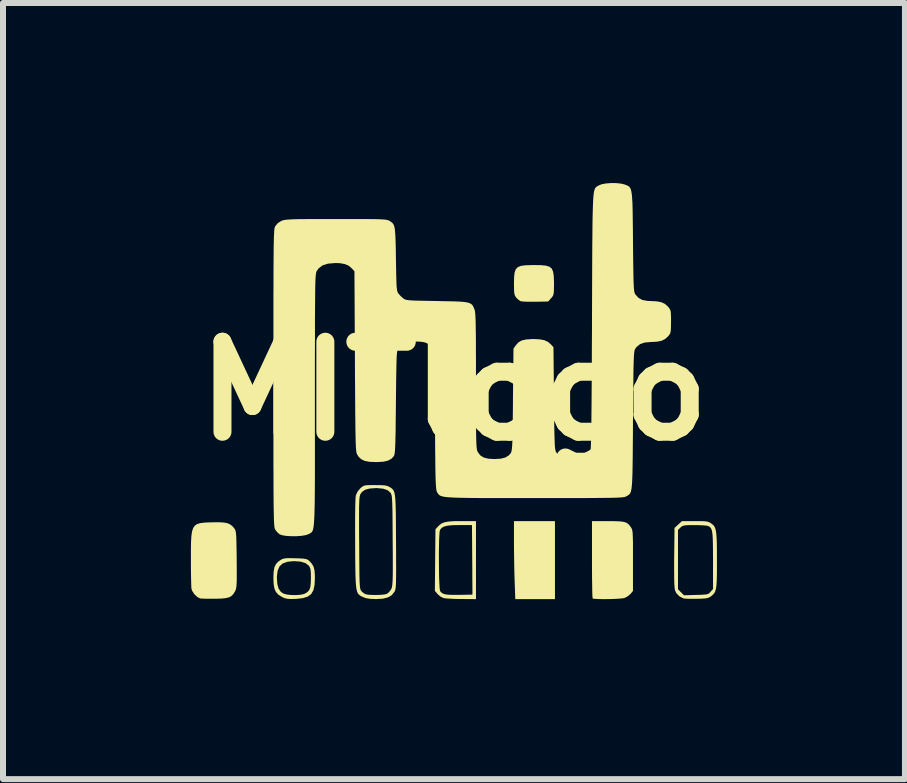
<source format=kicad_pcb>
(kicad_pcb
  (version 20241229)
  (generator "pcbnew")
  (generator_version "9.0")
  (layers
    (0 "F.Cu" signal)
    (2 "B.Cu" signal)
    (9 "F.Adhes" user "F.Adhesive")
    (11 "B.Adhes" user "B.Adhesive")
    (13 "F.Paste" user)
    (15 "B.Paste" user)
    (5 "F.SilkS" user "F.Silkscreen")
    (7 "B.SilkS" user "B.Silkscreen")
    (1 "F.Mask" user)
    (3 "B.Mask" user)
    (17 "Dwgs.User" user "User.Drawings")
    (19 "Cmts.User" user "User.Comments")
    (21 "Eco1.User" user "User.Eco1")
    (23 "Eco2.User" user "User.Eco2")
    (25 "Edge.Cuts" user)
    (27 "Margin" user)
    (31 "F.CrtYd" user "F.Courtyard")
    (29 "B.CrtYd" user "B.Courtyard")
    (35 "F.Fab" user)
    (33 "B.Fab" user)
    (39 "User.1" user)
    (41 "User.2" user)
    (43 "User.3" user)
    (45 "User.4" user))
  (footprint "MITlogo"
    (layer "F.Cu")
    (at 4.514 3.466)
    (property "Reference" "MITlogo" (at 0 0 0) (layer "F.SilkS") (effects (font (size 1.5 1.5) (thickness 0.3))))
    (attr board_only exclude_from_pos_files exclude_from_bom)
    (fp_poly (pts (xy 1.683 2.817) (xy 1.683 3.467) (xy 1.353 3.467) (xy 1.022 3.467) (xy 1.011 3.154) (xy 1.007 3.029) (xy 1.004 2.884) (xy 1.002 2.733) (xy 1 2.589) (xy 1 2.504) (xy 1 2.167) (xy 1.342 2.167) (xy 1.683 2.167)) (stroke (width 0) (type solid)) (fill yes) (layer "F.SilkS"))
    (fp_poly (pts (xy 1.447 -2.098) (xy 1.531 -2.09) (xy 1.59 -2.072) (xy 1.63 -2.04) (xy 1.652 -1.99) (xy 1.663 -1.918) (xy 1.667 -1.819) (xy 1.667 -1.785) (xy 1.666 -1.704) (xy 1.664 -1.649) (xy 1.659 -1.612) (xy 1.648 -1.585) (xy 1.632 -1.562) (xy 1.618 -1.546) (xy 1.569 -1.492) (xy 1.356 -1.488) (xy 1.271 -1.488) (xy 1.197 -1.489) (xy 1.14 -1.493) (xy 1.108 -1.498) (xy 1.106 -1.499) (xy 1.072 -1.523) (xy 1.036 -1.558) (xy 1.036 -1.559) (xy 1.02 -1.583) (xy 1.009 -1.611) (xy 1.003 -1.651) (xy 1.001 -1.71) (xy 1 -1.787) (xy 1.002 -1.893) (xy 1.01 -1.972) (xy 1.029 -2.028) (xy 1.063 -2.064) (xy 1.116 -2.086) (xy 1.193 -2.096) (xy 1.298 -2.099) (xy 1.333 -2.099)) (stroke (width 0) (type solid)) (fill yes) (layer "F.SilkS"))
    (fp_poly (pts (xy 2.562 2.167) (xy 2.674 2.168) (xy 2.758 2.171) (xy 2.82 2.178) (xy 2.865 2.19) (xy 2.897 2.209) (xy 2.924 2.236) (xy 2.945 2.265) (xy 2.956 2.282) (xy 2.965 2.299) (xy 2.971 2.321) (xy 2.976 2.352) (xy 2.979 2.394) (xy 2.981 2.453) (xy 2.983 2.532) (xy 2.983 2.636) (xy 2.983 2.767) (xy 2.983 2.826) (xy 2.983 3.331) (xy 2.941 3.382) (xy 2.895 3.42) (xy 2.842 3.448) (xy 2.836 3.449) (xy 2.8 3.455) (xy 2.741 3.46) (xy 2.667 3.464) (xy 2.585 3.466) (xy 2.503 3.467) (xy 2.427 3.466) (xy 2.365 3.463) (xy 2.324 3.46) (xy 2.311 3.456) (xy 2.309 3.437) (xy 2.306 3.389) (xy 2.304 3.314) (xy 2.303 3.218) (xy 2.301 3.103) (xy 2.3 2.973) (xy 2.3 2.832) (xy 2.3 2.806) (xy 2.3 2.167)) (stroke (width 0) (type solid)) (fill yes) (layer "F.SilkS"))
    (fp_poly (pts (xy -3.832 2.191) (xy -3.771 2.203) (xy -3.724 2.225) (xy -3.686 2.257) (xy -3.66 2.289) (xy -3.649 2.304) (xy -3.641 2.322) (xy -3.635 2.347) (xy -3.631 2.382) (xy -3.627 2.432) (xy -3.625 2.501) (xy -3.623 2.592) (xy -3.621 2.71) (xy -3.62 2.805) (xy -3.619 2.945) (xy -3.619 3.055) (xy -3.619 3.14) (xy -3.621 3.203) (xy -3.624 3.25) (xy -3.629 3.284) (xy -3.635 3.309) (xy -3.644 3.329) (xy -3.645 3.332) (xy -3.674 3.38) (xy -3.706 3.414) (xy -3.747 3.437) (xy -3.803 3.451) (xy -3.881 3.458) (xy -3.98 3.461) (xy -4.064 3.461) (xy -4.139 3.46) (xy -4.196 3.458) (xy -4.228 3.456) (xy -4.229 3.456) (xy -4.276 3.432) (xy -4.323 3.388) (xy -4.359 3.335) (xy -4.373 3.299) (xy -4.376 3.268) (xy -4.378 3.209) (xy -4.38 3.127) (xy -4.382 3.027) (xy -4.383 2.913) (xy -4.383 2.805) (xy -4.383 2.646) (xy -4.381 2.518) (xy -4.375 2.416) (xy -4.364 2.339) (xy -4.345 2.281) (xy -4.316 2.241) (xy -4.277 2.215) (xy -4.224 2.2) (xy -4.157 2.192) (xy -4.073 2.188) (xy -4.025 2.187) (xy -3.915 2.186)) (stroke (width 0) (type solid)) (fill yes) (layer "F.SilkS"))
    (fp_poly (pts (xy 0.367 2.817) (xy 0.367 3.467) (xy 0.121 3.465) (xy 0.029 3.464) (xy -0.055 3.46) (xy -0.123 3.456) (xy -0.169 3.45) (xy -0.178 3.448) (xy -0.224 3.425) (xy -0.268 3.388) (xy -0.274 3.381) (xy -0.318 3.329) (xy -0.313 2.816) (xy -0.313 2.788) (xy -0.251 2.788) (xy -0.25 2.903) (xy -0.249 3.014) (xy -0.247 3.117) (xy -0.243 3.206) (xy -0.239 3.276) (xy -0.234 3.321) (xy -0.229 3.336) (xy -0.205 3.361) (xy -0.176 3.378) (xy -0.135 3.389) (xy -0.077 3.395) (xy 0.004 3.396) (xy 0.083 3.396) (xy 0.308 3.392) (xy 0.308 3.296) (xy 0.307 3.254) (xy 0.307 3.185) (xy 0.306 3.092) (xy 0.306 2.982) (xy 0.305 2.861) (xy 0.304 2.732) (xy 0.304 2.717) (xy 0.3 2.233) (xy 0.091 2.233) (xy -0.019 2.235) (xy -0.101 2.242) (xy -0.16 2.256) (xy -0.2 2.277) (xy -0.227 2.306) (xy -0.233 2.316) (xy -0.239 2.343) (xy -0.243 2.398) (xy -0.247 2.475) (xy -0.249 2.569) (xy -0.251 2.675) (xy -0.251 2.788) (xy -0.313 2.788) (xy -0.308 2.303) (xy -0.267 2.258) (xy -0.232 2.224) (xy -0.194 2.2) (xy -0.146 2.184) (xy -0.084 2.174) (xy -0.001 2.168) (xy 0.108 2.167) (xy 0.124 2.167) (xy 0.367 2.167)) (stroke (width 0) (type solid)) (fill yes) (layer "F.SilkS"))
    (fp_poly (pts (xy -2.659 2.786) (xy -2.643 2.786) (xy -2.559 2.789) (xy -2.502 2.793) (xy -2.464 2.8) (xy -2.437 2.81) (xy -2.416 2.826) (xy -2.408 2.833) (xy -2.367 2.878) (xy -2.34 2.925) (xy -2.324 2.983) (xy -2.318 3.06) (xy -2.317 3.117) (xy -2.323 3.233) (xy -2.343 3.321) (xy -2.38 3.384) (xy -2.438 3.426) (xy -2.52 3.451) (xy -2.63 3.463) (xy -2.641 3.463) (xy -2.718 3.465) (xy -2.771 3.462) (xy -2.812 3.454) (xy -2.852 3.438) (xy -2.866 3.43) (xy -2.926 3.393) (xy -2.967 3.347) (xy -2.992 3.288) (xy -3.005 3.208) (xy -3.008 3.117) (xy -3.008 3.112) (xy -2.95 3.112) (xy -2.943 3.216) (xy -2.922 3.292) (xy -2.885 3.345) (xy -2.845 3.373) (xy -2.792 3.389) (xy -2.719 3.398) (xy -2.639 3.4) (xy -2.562 3.395) (xy -2.501 3.382) (xy -2.484 3.375) (xy -2.44 3.348) (xy -2.411 3.315) (xy -2.394 3.27) (xy -2.386 3.205) (xy -2.383 3.115) (xy -2.384 3.037) (xy -2.388 2.984) (xy -2.397 2.947) (xy -2.411 2.921) (xy -2.417 2.911) (xy -2.472 2.868) (xy -2.555 2.842) (xy -2.665 2.834) (xy -2.667 2.834) (xy -2.772 2.844) (xy -2.851 2.871) (xy -2.905 2.919) (xy -2.937 2.99) (xy -2.95 3.087) (xy -2.95 3.112) (xy -3.008 3.112) (xy -3.005 3.017) (xy -2.993 2.942) (xy -2.969 2.888) (xy -2.931 2.845) (xy -2.892 2.817) (xy -2.863 2.801) (xy -2.833 2.791) (xy -2.794 2.786) (xy -2.739 2.784)) (stroke (width 0) (type solid)) (fill yes) (layer "F.SilkS"))
    (fp_poly (pts (xy 4.104 2.167) (xy 4.168 2.169) (xy 4.212 2.174) (xy 4.244 2.182) (xy 4.27 2.195) (xy 4.285 2.205) (xy 4.311 2.224) (xy 4.333 2.247) (xy 4.349 2.275) (xy 4.361 2.314) (xy 4.37 2.366) (xy 4.376 2.436) (xy 4.38 2.527) (xy 4.382 2.643) (xy 4.382 2.789) (xy 4.382 2.817) (xy 4.382 2.964) (xy 4.381 3.082) (xy 4.378 3.175) (xy 4.373 3.246) (xy 4.365 3.3) (xy 4.352 3.34) (xy 4.336 3.37) (xy 4.314 3.395) (xy 4.286 3.418) (xy 4.278 3.424) (xy 4.252 3.439) (xy 4.221 3.45) (xy 4.176 3.456) (xy 4.111 3.46) (xy 4.045 3.461) (xy 3.966 3.462) (xy 3.897 3.461) (xy 3.847 3.458) (xy 3.825 3.455) (xy 3.758 3.422) (xy 3.706 3.368) (xy 3.683 3.32) (xy 3.677 3.28) (xy 3.672 3.209) (xy 3.67 3.106) (xy 3.669 2.972) (xy 3.669 2.81) (xy 3.67 2.77) (xy 3.675 2.315) (xy 3.733 2.315) (xy 3.733 2.809) (xy 3.733 3.303) (xy 3.783 3.353) (xy 3.834 3.403) (xy 4.035 3.397) (xy 4.12 3.395) (xy 4.178 3.391) (xy 4.217 3.386) (xy 4.242 3.377) (xy 4.26 3.363) (xy 4.276 3.345) (xy 4.317 3.298) (xy 4.317 2.823) (xy 4.316 2.677) (xy 4.315 2.561) (xy 4.313 2.47) (xy 4.309 2.401) (xy 4.303 2.351) (xy 4.295 2.314) (xy 4.284 2.289) (xy 4.269 2.27) (xy 4.251 2.255) (xy 4.219 2.244) (xy 4.155 2.238) (xy 4.06 2.234) (xy 4.02 2.234) (xy 3.934 2.234) (xy 3.874 2.236) (xy 3.835 2.24) (xy 3.808 2.248) (xy 3.789 2.261) (xy 3.774 2.274) (xy 3.733 2.315) (xy 3.675 2.315) (xy 3.675 2.281) (xy 3.737 2.224) (xy 3.8 2.167) (xy 4.014 2.167)) (stroke (width 0) (type solid)) (fill yes) (layer "F.SilkS"))
    (fp_poly (pts (xy -1.225 1.568) (xy -1.164 1.571) (xy -1.121 1.578) (xy -1.088 1.59) (xy -1.072 1.599) (xy -1.049 1.613) (xy -1.03 1.628) (xy -1.014 1.645) (xy -1.001 1.667) (xy -0.991 1.699) (xy -0.983 1.742) (xy -0.977 1.799) (xy -0.973 1.874) (xy -0.97 1.969) (xy -0.968 2.086) (xy -0.967 2.23) (xy -0.966 2.403) (xy -0.965 2.511) (xy -0.964 2.693) (xy -0.964 2.845) (xy -0.963 2.969) (xy -0.964 3.069) (xy -0.965 3.148) (xy -0.966 3.208) (xy -0.969 3.253) (xy -0.973 3.286) (xy -0.977 3.31) (xy -0.983 3.328) (xy -0.99 3.343) (xy -0.998 3.354) (xy -1.042 3.406) (xy -1.104 3.44) (xy -1.187 3.46) (xy -1.298 3.466) (xy -1.305 3.466) (xy -1.398 3.462) (xy -1.469 3.45) (xy -1.511 3.434) (xy -1.541 3.421) (xy -1.565 3.407) (xy -1.585 3.391) (xy -1.602 3.369) (xy -1.615 3.339) (xy -1.625 3.296) (xy -1.632 3.24) (xy -1.637 3.166) (xy -1.641 3.071) (xy -1.643 2.954) (xy -1.645 2.81) (xy -1.646 2.637) (xy -1.646 2.546) (xy -1.647 2.339) (xy -1.647 2.161) (xy -1.646 2.044) (xy -1.581 2.044) (xy -1.581 2.16) (xy -1.581 2.302) (xy -1.58 2.474) (xy -1.579 2.527) (xy -1.578 2.708) (xy -1.577 2.858) (xy -1.576 2.98) (xy -1.575 3.078) (xy -1.573 3.155) (xy -1.57 3.213) (xy -1.567 3.255) (xy -1.563 3.286) (xy -1.558 3.306) (xy -1.552 3.32) (xy -1.544 3.33) (xy -1.542 3.334) (xy -1.506 3.366) (xy -1.475 3.384) (xy -1.435 3.393) (xy -1.373 3.397) (xy -1.301 3.398) (xy -1.228 3.396) (xy -1.164 3.39) (xy -1.122 3.381) (xy -1.117 3.379) (xy -1.081 3.35) (xy -1.049 3.307) (xy -1.046 3.3) (xy -1.038 3.284) (xy -1.033 3.264) (xy -1.028 3.238) (xy -1.025 3.202) (xy -1.022 3.152) (xy -1.02 3.087) (xy -1.019 3.003) (xy -1.019 2.896) (xy -1.019 2.764) (xy -1.02 2.604) (xy -1.021 2.492) (xy -1.022 2.313) (xy -1.023 2.165) (xy -1.024 2.044) (xy -1.026 1.947) (xy -1.028 1.872) (xy -1.031 1.814) (xy -1.034 1.772) (xy -1.038 1.742) (xy -1.044 1.721) (xy -1.05 1.706) (xy -1.056 1.696) (xy -1.103 1.654) (xy -1.178 1.627) (xy -1.28 1.617) (xy -1.3 1.617) (xy -1.403 1.624) (xy -1.479 1.644) (xy -1.532 1.681) (xy -1.551 1.705) (xy -1.559 1.719) (xy -1.565 1.735) (xy -1.57 1.756) (xy -1.574 1.785) (xy -1.577 1.825) (xy -1.579 1.88) (xy -1.581 1.952) (xy -1.581 2.044) (xy -1.646 2.044) (xy -1.646 2.012) (xy -1.644 1.894) (xy -1.641 1.807) (xy -1.637 1.752) (xy -1.634 1.735) (xy -1.604 1.672) (xy -1.558 1.618) (xy -1.531 1.596) (xy -1.507 1.581) (xy -1.478 1.572) (xy -1.436 1.568) (xy -1.375 1.567) (xy -1.312 1.567)) (stroke (width 0) (type solid)) (fill yes) (layer "F.SilkS"))
    (fp_poly (pts (xy 2.703 -3.465) (xy 2.782 -3.457) (xy 2.841 -3.443) (xy 2.87 -3.432) (xy 2.894 -3.422) (xy 2.915 -3.409) (xy 2.931 -3.392) (xy 2.945 -3.367) (xy 2.955 -3.331) (xy 2.963 -3.282) (xy 2.969 -3.218) (xy 2.974 -3.134) (xy 2.977 -3.029) (xy 2.979 -2.9) (xy 2.981 -2.744) (xy 2.983 -2.559) (xy 2.983 -2.491) (xy 2.985 -2.302) (xy 2.987 -2.143) (xy 2.989 -2.011) (xy 2.991 -1.905) (xy 2.993 -1.82) (xy 2.996 -1.755) (xy 2.999 -1.706) (xy 3.003 -1.67) (xy 3.008 -1.644) (xy 3.014 -1.626) (xy 3.02 -1.613) (xy 3.022 -1.611) (xy 3.073 -1.554) (xy 3.139 -1.518) (xy 3.226 -1.502) (xy 3.275 -1.5) (xy 3.378 -1.495) (xy 3.456 -1.48) (xy 3.516 -1.452) (xy 3.565 -1.408) (xy 3.565 -1.407) (xy 3.587 -1.381) (xy 3.602 -1.357) (xy 3.611 -1.329) (xy 3.615 -1.288) (xy 3.617 -1.227) (xy 3.617 -1.158) (xy 3.616 -1.076) (xy 3.614 -1.02) (xy 3.609 -0.982) (xy 3.6 -0.954) (xy 3.584 -0.931) (xy 3.565 -0.909) (xy 3.517 -0.866) (xy 3.457 -0.837) (xy 3.379 -0.822) (xy 3.277 -0.817) (xy 3.275 -0.817) (xy 3.176 -0.808) (xy 3.101 -0.782) (xy 3.044 -0.735) (xy 3.022 -0.706) (xy 3.016 -0.695) (xy 3.011 -0.681) (xy 3.006 -0.66) (xy 3.003 -0.631) (xy 2.999 -0.592) (xy 2.997 -0.539) (xy 2.994 -0.47) (xy 2.992 -0.383) (xy 2.99 -0.276) (xy 2.989 -0.146) (xy 2.987 0.01) (xy 2.986 0.193) (xy 2.984 0.406) (xy 2.983 0.491) (xy 2.982 0.72) (xy 2.98 0.917) (xy 2.979 1.087) (xy 2.977 1.23) (xy 2.975 1.349) (xy 2.972 1.446) (xy 2.968 1.525) (xy 2.963 1.586) (xy 2.957 1.634) (xy 2.95 1.669) (xy 2.941 1.694) (xy 2.93 1.713) (xy 2.917 1.726) (xy 2.902 1.737) (xy 2.884 1.747) (xy 2.878 1.751) (xy 2.868 1.756) (xy 2.856 1.761) (xy 2.84 1.766) (xy 2.818 1.769) (xy 2.787 1.772) (xy 2.746 1.775) (xy 2.692 1.777) (xy 2.624 1.779) (xy 2.539 1.78) (xy 2.435 1.781) (xy 2.31 1.782) (xy 2.162 1.783) (xy 1.988 1.783) (xy 1.788 1.783) (xy 1.557 1.783) (xy 1.345 1.783) (xy 1.082 1.783) (xy 0.85 1.783) (xy 0.648 1.783) (xy 0.472 1.783) (xy 0.322 1.782) (xy 0.195 1.78) (xy 0.088 1.778) (xy 0.001 1.775) (xy -0.07 1.771) (xy -0.125 1.767) (xy -0.168 1.761) (xy -0.201 1.753) (xy -0.225 1.745) (xy -0.242 1.735) (xy -0.254 1.723) (xy -0.265 1.71) (xy -0.275 1.695) (xy -0.278 1.69) (xy -0.284 1.679) (xy -0.289 1.665) (xy -0.293 1.645) (xy -0.297 1.617) (xy -0.3 1.578) (xy -0.303 1.526) (xy -0.306 1.459) (xy -0.308 1.374) (xy -0.31 1.268) (xy -0.311 1.14) (xy -0.313 0.987) (xy -0.314 0.807) (xy -0.316 0.596) (xy -0.317 0.489) (xy -0.318 0.265) (xy -0.32 0.072) (xy -0.321 -0.092) (xy -0.323 -0.231) (xy -0.324 -0.346) (xy -0.326 -0.439) (xy -0.328 -0.514) (xy -0.331 -0.572) (xy -0.334 -0.616) (xy -0.337 -0.648) (xy -0.341 -0.671) (xy -0.346 -0.687) (xy -0.352 -0.699) (xy -0.358 -0.709) (xy -0.359 -0.71) (xy -0.402 -0.761) (xy -0.445 -0.795) (xy -0.496 -0.814) (xy -0.564 -0.823) (xy -0.642 -0.825) (xy -0.731 -0.822) (xy -0.796 -0.812) (xy -0.845 -0.791) (xy -0.888 -0.755) (xy -0.924 -0.71) (xy -0.932 -0.699) (xy -0.938 -0.686) (xy -0.944 -0.668) (xy -0.948 -0.642) (xy -0.952 -0.605) (xy -0.955 -0.556) (xy -0.957 -0.49) (xy -0.959 -0.405) (xy -0.961 -0.298) (xy -0.963 -0.166) (xy -0.965 -0.007) (xy -0.967 0.183) (xy -0.967 0.189) (xy -0.969 0.382) (xy -0.971 0.544) (xy -0.972 0.679) (xy -0.975 0.788) (xy -0.977 0.875) (xy -0.98 0.943) (xy -0.983 0.994) (xy -0.987 1.031) (xy -0.992 1.057) (xy -0.997 1.074) (xy -1.003 1.086) (xy -1.043 1.129) (xy -1.098 1.159) (xy -1.175 1.177) (xy -1.278 1.183) (xy -1.303 1.183) (xy -1.408 1.179) (xy -1.486 1.164) (xy -1.545 1.136) (xy -1.589 1.094) (xy -1.608 1.065) (xy -1.614 1.054) (xy -1.619 1.042) (xy -1.624 1.026) (xy -1.627 1.004) (xy -1.631 0.974) (xy -1.634 0.934) (xy -1.636 0.881) (xy -1.638 0.815) (xy -1.64 0.731) (xy -1.642 0.63) (xy -1.643 0.507) (xy -1.645 0.362) (xy -1.646 0.192) (xy -1.647 -0.005) (xy -1.649 -0.231) (xy -1.65 -0.489) (xy -1.65 -0.494) (xy -1.658 -1.997) (xy -1.7 -2.042) (xy -1.753 -2.088) (xy -1.818 -2.116) (xy -1.902 -2.131) (xy -1.979 -2.133) (xy -2.098 -2.123) (xy -2.19 -2.094) (xy -2.256 -2.043) (xy -2.286 -2) (xy -2.291 -1.991) (xy -2.295 -1.978) (xy -2.298 -1.962) (xy -2.301 -1.939) (xy -2.304 -1.908) (xy -2.307 -1.868) (xy -2.309 -1.816) (xy -2.311 -1.752) (xy -2.312 -1.672) (xy -2.313 -1.576) (xy -2.314 -1.461) (xy -2.315 -1.326) (xy -2.316 -1.169) (xy -2.316 -0.988) (xy -2.316 -0.782) (xy -2.317 -0.549) (xy -2.317 -0.286) (xy -2.317 0.007) (xy -2.317 0.155) (xy -2.317 0.468) (xy -2.317 0.749) (xy -2.317 1.001) (xy -2.317 1.224) (xy -2.317 1.421) (xy -2.318 1.593) (xy -2.319 1.743) (xy -2.32 1.871) (xy -2.323 1.979) (xy -2.325 2.07) (xy -2.329 2.144) (xy -2.333 2.204) (xy -2.338 2.252) (xy -2.344 2.288) (xy -2.351 2.316) (xy -2.359 2.336) (xy -2.369 2.35) (xy -2.38 2.36) (xy -2.392 2.368) (xy -2.405 2.375) (xy -2.42 2.383) (xy -2.422 2.384) (xy -2.467 2.4) (xy -2.536 2.412) (xy -2.618 2.418) (xy -2.706 2.419) (xy -2.788 2.414) (xy -2.856 2.404) (xy -2.901 2.389) (xy -2.902 2.389) (xy -2.942 2.355) (xy -2.977 2.311) (xy -2.977 2.31) (xy -2.981 2.302) (xy -2.985 2.292) (xy -2.989 2.278) (xy -2.992 2.259) (xy -2.994 2.233) (xy -2.997 2.198) (xy -2.999 2.153) (xy -3.001 2.096) (xy -3.002 2.026) (xy -3.004 1.941) (xy -3.005 1.839) (xy -3.006 1.719) (xy -3.007 1.579) (xy -3.007 1.417) (xy -3.008 1.233) (xy -3.008 1.023) (xy -3.008 0.788) (xy -3.008 0.524) (xy -3.008 0.231) (xy -3.008 -0.093) (xy -3.008 -0.217) (xy -3.008 -0.553) (xy -3.008 -0.857) (xy -3.008 -1.131) (xy -3.008 -1.377) (xy -3.008 -1.596) (xy -3.007 -1.789) (xy -3.007 -1.959) (xy -3.006 -2.107) (xy -3.005 -2.234) (xy -3.004 -2.343) (xy -3.003 -2.434) (xy -3.001 -2.51) (xy -3 -2.571) (xy -2.997 -2.621) (xy -2.995 -2.659) (xy -2.993 -2.688) (xy -2.99 -2.71) (xy -2.986 -2.726) (xy -2.983 -2.738) (xy -2.978 -2.746) (xy -2.978 -2.747) (xy -2.934 -2.799) (xy -2.878 -2.834) (xy -2.861 -2.841) (xy -2.841 -2.847) (xy -2.816 -2.852) (xy -2.782 -2.856) (xy -2.737 -2.859) (xy -2.678 -2.862) (xy -2.602 -2.864) (xy -2.506 -2.865) (xy -2.387 -2.866) (xy -2.241 -2.866) (xy -2.067 -2.866) (xy -1.967 -2.866) (xy -1.777 -2.866) (xy -1.618 -2.866) (xy -1.487 -2.866) (xy -1.38 -2.865) (xy -1.295 -2.864) (xy -1.229 -2.862) (xy -1.179 -2.859) (xy -1.142 -2.856) (xy -1.115 -2.851) (xy -1.096 -2.846) (xy -1.081 -2.84) (xy -1.072 -2.834) (xy -1.046 -2.818) (xy -1.026 -2.801) (xy -1.009 -2.78) (xy -0.997 -2.751) (xy -0.987 -2.711) (xy -0.981 -2.657) (xy -0.976 -2.583) (xy -0.972 -2.487) (xy -0.969 -2.366) (xy -0.967 -2.215) (xy -0.967 -2.197) (xy -0.964 -2.05) (xy -0.962 -1.932) (xy -0.959 -1.841) (xy -0.957 -1.771) (xy -0.953 -1.72) (xy -0.948 -1.684) (xy -0.943 -1.659) (xy -0.935 -1.64) (xy -0.926 -1.626) (xy -0.924 -1.623) (xy -0.884 -1.579) (xy -0.844 -1.543) (xy -0.829 -1.533) (xy -0.812 -1.525) (xy -0.788 -1.519) (xy -0.753 -1.514) (xy -0.704 -1.51) (xy -0.638 -1.507) (xy -0.549 -1.505) (xy -0.435 -1.503) (xy -0.291 -1.5) (xy -0.286 -1.5) (xy -0.133 -1.497) (xy -0.009 -1.495) (xy 0.089 -1.491) (xy 0.164 -1.485) (xy 0.22 -1.477) (xy 0.26 -1.465) (xy 0.289 -1.45) (xy 0.309 -1.43) (xy 0.324 -1.404) (xy 0.338 -1.371) (xy 0.34 -1.365) (xy 0.346 -1.349) (xy 0.35 -1.327) (xy 0.354 -1.297) (xy 0.357 -1.256) (xy 0.36 -1.201) (xy 0.362 -1.132) (xy 0.363 -1.044) (xy 0.365 -0.936) (xy 0.366 -0.805) (xy 0.366 -0.648) (xy 0.367 -0.464) (xy 0.367 -0.25) (xy 0.367 -0.17) (xy 0.367 0.052) (xy 0.367 0.243) (xy 0.367 0.406) (xy 0.368 0.543) (xy 0.369 0.657) (xy 0.37 0.749) (xy 0.372 0.823) (xy 0.374 0.88) (xy 0.377 0.924) (xy 0.38 0.957) (xy 0.384 0.98) (xy 0.389 0.998) (xy 0.395 1.011) (xy 0.397 1.016) (xy 0.438 1.071) (xy 0.495 1.107) (xy 0.573 1.127) (xy 0.672 1.133) (xy 0.778 1.127) (xy 0.857 1.107) (xy 0.915 1.071) (xy 0.945 1.036) (xy 0.952 1.024) (xy 0.957 1.008) (xy 0.962 0.985) (xy 0.966 0.952) (xy 0.97 0.907) (xy 0.973 0.846) (xy 0.975 0.767) (xy 0.977 0.667) (xy 0.979 0.543) (xy 0.981 0.392) (xy 0.983 0.212) (xy 0.983 0.142) (xy 0.992 -0.708) (xy 1.032 -0.764) (xy 1.074 -0.811) (xy 1.128 -0.842) (xy 1.199 -0.859) (xy 1.294 -0.866) (xy 1.325 -0.867) (xy 1.427 -0.862) (xy 1.504 -0.848) (xy 1.564 -0.821) (xy 1.614 -0.779) (xy 1.617 -0.776) (xy 1.658 -0.731) (xy 1.667 0.123) (xy 1.669 0.315) (xy 1.67 0.476) (xy 1.672 0.609) (xy 1.674 0.718) (xy 1.677 0.804) (xy 1.679 0.872) (xy 1.682 0.923) (xy 1.686 0.96) (xy 1.691 0.986) (xy 1.696 1.005) (xy 1.703 1.018) (xy 1.705 1.022) (xy 1.746 1.073) (xy 1.797 1.106) (xy 1.865 1.125) (xy 1.955 1.133) (xy 1.992 1.133) (xy 2.095 1.128) (xy 2.171 1.112) (xy 2.226 1.082) (xy 2.265 1.037) (xy 2.27 1.03) (xy 2.273 1.019) (xy 2.276 0.996) (xy 2.279 0.96) (xy 2.281 0.909) (xy 2.284 0.843) (xy 2.286 0.759) (xy 2.288 0.655) (xy 2.29 0.531) (xy 2.291 0.385) (xy 2.293 0.215) (xy 2.294 0.019) (xy 2.296 -0.203) (xy 2.297 -0.453) (xy 2.298 -0.733) (xy 2.3 -1.044) (xy 2.3 -1.15) (xy 2.301 -1.466) (xy 2.302 -1.751) (xy 2.303 -2.006) (xy 2.304 -2.232) (xy 2.305 -2.432) (xy 2.307 -2.607) (xy 2.308 -2.76) (xy 2.31 -2.89) (xy 2.313 -3.002) (xy 2.316 -3.095) (xy 2.319 -3.172) (xy 2.323 -3.234) (xy 2.328 -3.283) (xy 2.334 -3.322) (xy 2.341 -3.351) (xy 2.349 -3.372) (xy 2.358 -3.387) (xy 2.368 -3.398) (xy 2.38 -3.407) (xy 2.392 -3.414) (xy 2.407 -3.423) (xy 2.412 -3.426) (xy 2.461 -3.446) (xy 2.532 -3.459) (xy 2.616 -3.466)) (stroke (width 0) (type solid)) (fill yes) (layer "F.SilkS")))
  (gr_rect
    (start -3 -3)
    (end 12.029 9.932)
    (stroke (width 0.1) (type default))
    (fill no)
    (layer "Edge.Cuts")))
</source>
